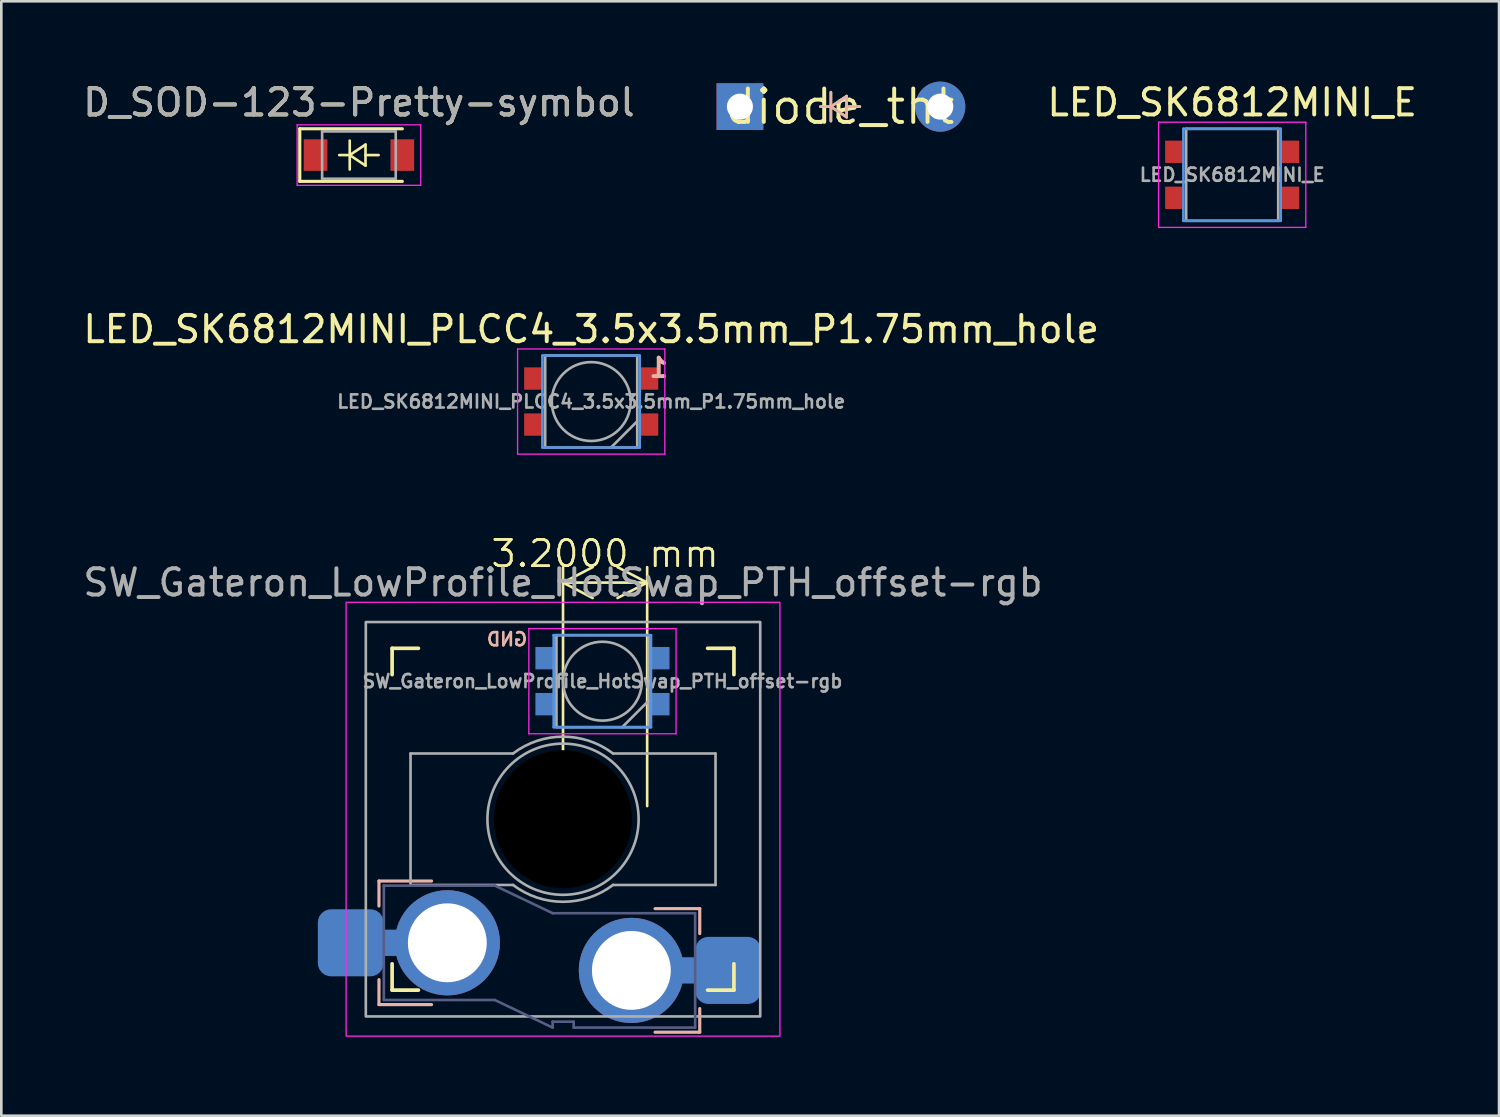
<source format=kicad_pcb>
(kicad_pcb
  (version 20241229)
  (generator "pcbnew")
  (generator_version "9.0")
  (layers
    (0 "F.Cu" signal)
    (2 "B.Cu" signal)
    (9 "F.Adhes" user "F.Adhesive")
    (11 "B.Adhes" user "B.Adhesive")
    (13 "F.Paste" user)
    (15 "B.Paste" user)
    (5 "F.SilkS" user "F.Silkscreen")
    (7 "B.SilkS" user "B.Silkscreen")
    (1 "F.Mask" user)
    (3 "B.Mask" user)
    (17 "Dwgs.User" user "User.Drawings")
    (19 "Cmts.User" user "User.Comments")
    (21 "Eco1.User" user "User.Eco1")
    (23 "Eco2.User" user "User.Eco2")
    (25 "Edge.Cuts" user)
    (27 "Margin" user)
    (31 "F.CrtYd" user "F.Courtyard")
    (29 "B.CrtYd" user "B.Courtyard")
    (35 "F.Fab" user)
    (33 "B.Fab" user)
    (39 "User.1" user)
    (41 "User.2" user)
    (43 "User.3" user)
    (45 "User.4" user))
  (footprint "LED_SK6812MINI_E"
    (layer "F.Cu")
    (at 43.813 3.598)
    (property "Reference" "LED_SK6812MINI_E" (at 0 -2.75 180) (layer "F.SilkS") (effects (font (size 1 1) (thickness 0.15))))
    (attr smd)
    (fp_line (start -1.855 1.75) (end -1.855 -1.75) (stroke (width 0.1) (type solid)) (layer "Cmts.User"))
    (fp_line (start 1.845 -1.75) (end -1.855 -1.75) (stroke (width 0.1) (type solid)) (layer "Cmts.User"))
    (fp_line (start 1.845 1.75) (end -1.855 1.75) (stroke (width 0.1) (type solid)) (layer "Cmts.User"))
    (fp_line (start 1.845 1.75) (end 1.845 -1.75) (stroke (width 0.1) (type solid)) (layer "Cmts.User"))
    (fp_line (start -2.8 -2) (end 2.8 -2) (stroke (width 0.05) (type solid)) (layer "F.CrtYd"))
    (fp_line (start -2.8 2) (end -2.8 -2) (stroke (width 0.05) (type solid)) (layer "F.CrtYd"))
    (fp_line (start 2.8 -2) (end 2.8 2) (stroke (width 0.05) (type solid)) (layer "F.CrtYd"))
    (fp_line (start 2.8 2) (end -2.8 2) (stroke (width 0.05) (type solid)) (layer "F.CrtYd"))
    (fp_line (start -1.75 -1.75) (end 1.75 -1.75) (stroke (width 0.1) (type solid)) (layer "F.Fab"))
    (fp_line (start -1.75 1.75) (end -1.75 -1.75) (stroke (width 0.1) (type solid)) (layer "F.Fab"))
    (fp_line (start 1.75 -1.75) (end 1.75 1.75) (stroke (width 0.1) (type solid)) (layer "F.Fab"))
    (fp_line (start 1.75 1.75) (end -1.75 1.75) (stroke (width 0.1) (type solid)) (layer "F.Fab"))
    (fp_text user "${REFERENCE}" (at 0 0 180) (layer "F.Fab") (effects (font (size 0.5 0.5) (thickness 0.1))))
    (pad "1" smd rect (at 2.2 -0.875) (size 0.7 0.85) (layers "F.Cu" "F.Mask" "F.Paste"))
    (pad "2" smd rect (at 2.2 0.875) (size 0.7 0.85) (layers "F.Cu" "F.Mask" "F.Paste"))
    (pad "3" smd rect (at -2.2 0.875) (size 0.7 0.85) (layers "F.Cu" "F.Mask" "F.Paste"))
    (pad "4" smd rect (at -2.2 -0.875) (size 0.7 0.85) (layers "F.Cu" "F.Mask" "F.Paste")))
  (footprint "SW_Gateron_LowProfile_HotSwap_PTH_offset-rgb"
    (layer "F.Cu")
    (at 18.363 28.107)
    (property "Reference" "SW_Gateron_LowProfile_HotSwap_PTH_offset-rgb" (at 0 -9 0) (unlocked yes) (layer "F.Fab") (effects (font (size 1 1) (thickness 0.15))))
    (fp_line (start -6.5 -5.5) (end -6.5 -6.5) (stroke (width 0.14) (type solid)) (layer "F.SilkS"))
    (fp_line (start -6.5 6.5) (end -6.5 5.5) (stroke (width 0.14) (type solid)) (layer "F.SilkS"))
    (fp_line (start -6.5 6.5) (end -5.5 6.5) (stroke (width 0.14) (type solid)) (layer "F.SilkS"))
    (fp_line (start -5.5 -6.5) (end -6.5 -6.5) (stroke (width 0.14) (type solid)) (layer "F.SilkS"))
    (fp_line (start 5.5 6.5) (end 6.5 6.5) (stroke (width 0.14) (type solid)) (layer "F.SilkS"))
    (fp_line (start 6.5 -6.5) (end 5.5 -6.5) (stroke (width 0.14) (type solid)) (layer "F.SilkS"))
    (fp_line (start 6.5 -6.5) (end 6.5 -5.5) (stroke (width 0.14) (type solid)) (layer "F.SilkS"))
    (fp_line (start 6.5 5.5) (end 6.5 6.5) (stroke (width 0.14) (type solid)) (layer "F.SilkS"))
    (fp_line (start -7 2.35) (end -7 3.3) (stroke (width 0.12) (type solid)) (layer "B.SilkS"))
    (fp_line (start -7 2.35) (end -5 2.35) (stroke (width 0.12) (type solid)) (layer "B.SilkS"))
    (fp_line (start -7 7.05) (end -7 6.1) (stroke (width 0.12) (type solid)) (layer "B.SilkS"))
    (fp_line (start -7 7.05) (end -5 7.05) (stroke (width 0.12) (type solid)) (layer "B.SilkS"))
    (fp_line (start 5.2 3.4) (end 3.5 3.4) (stroke (width 0.12) (type solid)) (layer "B.SilkS"))
    (fp_line (start 5.2 3.4) (end 5.2 4.35) (stroke (width 0.12) (type solid)) (layer "B.SilkS"))
    (fp_line (start 5.2 8.1) (end 3.5 8.1) (stroke (width 0.12) (type solid)) (layer "B.SilkS"))
    (fp_line (start 5.2 8.1) (end 5.2 7.2) (stroke (width 0.12) (type solid)) (layer "B.SilkS"))
    (fp_line (start -0.355 -3.5) (end -0.355 -7) (stroke (width 0.1) (type solid)) (layer "Cmts.User"))
    (fp_line (start 3.345 -7) (end -0.355 -7) (stroke (width 0.1) (type solid)) (layer "Cmts.User"))
    (fp_line (start 3.345 -3.5) (end -0.355 -3.5) (stroke (width 0.1) (type solid)) (layer "Cmts.User"))
    (fp_line (start 3.345 -3.5) (end 3.345 -7) (stroke (width 0.1) (type solid)) (layer "Cmts.User"))
    (fp_line (start -0.35 -7) (end 3.35 -7) (stroke (width 0.05) (type default)) (layer "Edge.Cuts"))
    (fp_line (start -0.35 -3.5) (end -0.35 -7) (stroke (width 0.05) (type default)) (layer "Edge.Cuts"))
    (fp_line (start 3.35 -7) (end 3.35 -3.5) (stroke (width 0.05) (type default)) (layer "Edge.Cuts"))
    (fp_line (start 3.35 -3.5) (end -0.35 -3.5) (stroke (width 0.05) (type default)) (layer "Edge.Cuts"))
    (fp_line (start -1.3 -7.25) (end 4.3 -7.25) (stroke (width 0.05) (type solid)) (layer "F.CrtYd"))
    (fp_line (start -1.3 -3.25) (end -1.3 -7.25) (stroke (width 0.05) (type solid)) (layer "F.CrtYd"))
    (fp_line (start 4.3 -7.25) (end 4.3 -3.25) (stroke (width 0.05) (type solid)) (layer "F.CrtYd"))
    (fp_line (start 4.3 -3.25) (end -1.3 -3.25) (stroke (width 0.05) (type solid)) (layer "F.CrtYd"))
    (fp_rect (start 8.25 -8.25) (end -8.25 8.25) (stroke (width 0.05) (type solid)) (fill no) (layer "F.CrtYd"))
    (fp_line (start -6.815 2.525) (end -6.815 6.875) (stroke (width 0.1) (type solid)) (layer "B.Fab"))
    (fp_line (start -6.815 2.525) (end -2.595 2.525) (stroke (width 0.1) (type solid)) (layer "B.Fab"))
    (fp_line (start -6.815 6.875) (end -2.595 6.875) (stroke (width 0.1) (type solid)) (layer "B.Fab"))
    (fp_line (start -2.595 2.525) (end -0.395 3.575) (stroke (width 0.1) (type solid)) (layer "B.Fab"))
    (fp_line (start -2.595 6.875) (end -0.395 7.925) (stroke (width 0.1) (type solid)) (layer "B.Fab"))
    (fp_line (start -0.395 7.7) (end -0.395 7.925) (stroke (width 0.1) (type solid)) (layer "B.Fab"))
    (fp_line (start 0.405 7.7) (end -0.395 7.7) (stroke (width 0.1) (type solid)) (layer "B.Fab"))
    (fp_line (start 0.405 7.925) (end 0.405 7.7) (stroke (width 0.1) (type solid)) (layer "B.Fab"))
    (fp_line (start 5.025 3.575) (end -0.395 3.575) (stroke (width 0.1) (type solid)) (layer "B.Fab"))
    (fp_line (start 5.025 3.575) (end 5.025 7.925) (stroke (width 0.1) (type solid)) (layer "B.Fab"))
    (fp_line (start 5.025 7.925) (end 0.405 7.925) (stroke (width 0.1) (type solid)) (layer "B.Fab"))
    (fp_line (start -5.8 -2.5) (end -1.9 -2.5) (stroke (width 0.1) (type default)) (layer "F.Fab"))
    (fp_line (start -5.8 2.5) (end -5.8 -2.5) (stroke (width 0.1) (type default)) (layer "F.Fab"))
    (fp_line (start -1.9 2.5) (end -5.8 2.5) (stroke (width 0.1) (type default)) (layer "F.Fab"))
    (fp_line (start -0.25 -7) (end 3.25 -7) (stroke (width 0.1) (type solid)) (layer "F.Fab"))
    (fp_line (start -0.25 -3.5) (end -0.25 -7) (stroke (width 0.1) (type solid)) (layer "F.Fab"))
    (fp_line (start 1.9 -2.5) (end 5.8 -2.5) (stroke (width 0.1) (type default)) (layer "F.Fab"))
    (fp_line (start 2.25 -3.5) (end 3.25 -4.5) (stroke (width 0.1) (type solid)) (layer "F.Fab"))
    (fp_line (start 3.25 -7) (end 3.25 -3.5) (stroke (width 0.1) (type solid)) (layer "F.Fab"))
    (fp_line (start 3.25 -3.5) (end -0.25 -3.5) (stroke (width 0.1) (type solid)) (layer "F.Fab"))
    (fp_line (start 5.8 -2.5) (end 5.8 2.5) (stroke (width 0.1) (type default)) (layer "F.Fab"))
    (fp_line (start 5.8 2.5) (end 1.9 2.5) (stroke (width 0.1) (type default)) (layer "F.Fab"))
    (fp_rect (start 7.5 -7.5) (end -7.5 7.5) (stroke (width 0.1) (type solid)) (fill no) (layer "F.Fab"))
    (fp_arc (start -1.9 -2.499999) (mid 0 -3.140063) (end 1.9 -2.499999) (stroke (width 0.1) (type default)) (layer "F.Fab"))
    (fp_arc (start 1.9 2.499999) (mid 0 3.140063) (end -1.9 2.499999) (stroke (width 0.1) (type default)) (layer "F.Fab"))
    (fp_circle (center 0 0) (end 2.875 0) (stroke (width 0.1) (type default)) (fill no) (layer "F.Fab"))
    (fp_circle (center 1.5 -5.25) (end 1.5 -6.75) (stroke (width 0.1) (type solid)) (fill no) (layer "F.Fab"))
    (fp_poly (pts (xy -2.05 -0.64) (xy -0.6 -0.64) (xy -0.6 -2) (xy 0.5 -2) (xy 0.5 -0.64) (xy 1.95 -0.64) (xy 1.95 0.64) (xy 0.5 0.64) (xy 0.5 2) (xy -0.6 2) (xy -0.6 0.64) (xy -2.05 0.64)) (stroke (width 0.1) (type solid)) (fill no) (layer "F.Fab"))
    (fp_text user "GND" (at -1.3 -6.55 0) (unlocked yes) (layer "B.SilkS") (effects (font (size 0.5 0.5) (thickness 0.1)) (justify left bottom mirror)))
    (fp_text user "${REFERENCE}" (at 1.5 -5.25 180) (layer "F.Fab") (effects (font (size 0.5 0.5) (thickness 0.1))))
    (dimension (type aligned) (layer "F.SilkS") (pts (xy 18.363 28.107) (xy 21.563 28.107)) (height -9) (format (prefix "") (suffix "") (units 3) (units_format 1) (precision 4)) (style (thickness 0.1) (arrow_length 1.27) (text_position_mode 0) (arrow_direction outward) (extension_height 0.586) (extension_offset 0.5) (keep_text_aligned yes)) (gr_text "3.2000 mm" (at 19.963 18.007 0) (layer "F.SilkS") (effects (font (size 1 1) (thickness 0.1)))))
    (pad "" np_thru_hole circle (at 0 0) (size 5.25 5.25) (drill 5.25) (layers "*.Mask"))
    (pad "1" smd roundrect (at -8.075 4.7) (size 2.5 2.55) (layers "B.Cu" "B.Mask" "B.Paste") (roundrect_rratio 0.2))
    (pad "1" smd rect (at -6.35 4.7) (size 3.9 1) (layers "B.Cu"))
    (pad "1" thru_hole circle (at -4.4 4.7) (size 4 4) (drill 3) (layers "*.Cu" "B.Mask"))
    (pad "1" smd rect (at 3.7 -4.375 180) (size 0.7 0.85) (layers "B.Cu" "B.Mask" "B.Paste"))
    (pad "2" thru_hole circle (at 2.6 5.75) (size 4 4) (drill 3) (layers "*.Cu" "B.Mask"))
    (pad "2" smd rect (at 3.7 -6.125 180) (size 0.7 0.85) (layers "B.Cu" "B.Mask" "B.Paste"))
    (pad "2" smd rect (at 4.475 5.75) (size 3.75 1) (layers "B.Cu"))
    (pad "2" smd roundrect (at 6.275 5.75) (size 2.5 2.55) (layers "B.Cu" "B.Mask" "B.Paste") (roundrect_rratio 0.2))
    (pad "3" smd rect (at -0.7 -6.125 180) (size 0.7 0.85) (layers "B.Cu" "B.Mask" "B.Paste"))
    (pad "4" smd rect (at -0.7 -4.375 180) (size 0.7 0.85) (layers "B.Cu" "B.Mask" "B.Paste")))
  (footprint "LED_SK6812MINI_PLCC4_3.5x3.5mm_P1.75mm_hole"
    (layer "F.Cu")
    (at 19.435 12.222)
    (property "Reference" "LED_SK6812MINI_PLCC4_3.5x3.5mm_P1.75mm_hole" (at 0 -2.75 180) (layer "F.SilkS") (effects (font (size 1 1) (thickness 0.15))))
    (attr smd)
    (fp_line (start -1.855 1.75) (end -1.855 -1.75) (stroke (width 0.1) (type solid)) (layer "Cmts.User"))
    (fp_line (start 1.845 -1.75) (end -1.855 -1.75) (stroke (width 0.1) (type solid)) (layer "Cmts.User"))
    (fp_line (start 1.845 1.75) (end -1.855 1.75) (stroke (width 0.1) (type solid)) (layer "Cmts.User"))
    (fp_line (start 1.845 1.75) (end 1.845 -1.75) (stroke (width 0.1) (type solid)) (layer "Cmts.User"))
    (fp_line (start -2.8 -2) (end 2.8 -2) (stroke (width 0.05) (type solid)) (layer "F.CrtYd"))
    (fp_line (start -2.8 2) (end -2.8 -2) (stroke (width 0.05) (type solid)) (layer "F.CrtYd"))
    (fp_line (start 2.8 -2) (end 2.8 2) (stroke (width 0.05) (type solid)) (layer "F.CrtYd"))
    (fp_line (start 2.8 2) (end -2.8 2) (stroke (width 0.05) (type solid)) (layer "F.CrtYd"))
    (fp_line (start -1.75 -1.75) (end 1.75 -1.75) (stroke (width 0.1) (type solid)) (layer "F.Fab"))
    (fp_line (start -1.75 1.75) (end -1.75 -1.75) (stroke (width 0.1) (type solid)) (layer "F.Fab"))
    (fp_line (start 0.75 1.75) (end 1.75 0.75) (stroke (width 0.1) (type solid)) (layer "F.Fab"))
    (fp_line (start 1.75 -1.75) (end 1.75 1.75) (stroke (width 0.1) (type solid)) (layer "F.Fab"))
    (fp_line (start 1.75 1.75) (end -1.75 1.75) (stroke (width 0.1) (type solid)) (layer "F.Fab"))
    (fp_circle (center 0 0) (end 0 -1.5) (stroke (width 0.1) (type solid)) (fill no) (layer "F.Fab"))
    (fp_text user "1" (at 2.568 -1.284 180) (layer "B.SilkS") (effects (font (size 0.7 0.7) (thickness 0.15)) (justify mirror)))
    (fp_text user "${REFERENCE}" (at 0 0 180) (layer "F.Fab") (effects (font (size 0.5 0.5) (thickness 0.1))))
    (pad "1" smd rect (at 2.2 -0.875) (size 0.7 0.85) (layers "F.Cu" "F.Mask" "F.Paste"))
    (pad "2" smd rect (at 2.2 0.875) (size 0.7 0.85) (layers "F.Cu" "F.Mask" "F.Paste"))
    (pad "3" smd rect (at -2.2 0.875) (size 0.7 0.85) (layers "F.Cu" "F.Mask" "F.Paste"))
    (pad "4" smd rect (at -2.2 -0.875) (size 0.7 0.85) (layers "F.Cu" "F.Mask" "F.Paste")))
  (footprint "diode_tht"
    (layer "F.Cu")
    (at 28.901 1.006)
    (property "Reference" "diode_tht" (at 0 0 0) (layer "F.SilkS") (effects (font (size 1.27 1.27) (thickness 0.15))))
    (attr through_hole)
    (fp_line (start -0.75 0) (end -0.35 0) (stroke (width 0.1) (type solid)) (layer "F.SilkS"))
    (fp_line (start -0.35 0) (end -0.35 -0.55) (stroke (width 0.1) (type solid)) (layer "F.SilkS"))
    (fp_line (start -0.35 0) (end -0.35 0.55) (stroke (width 0.1) (type solid)) (layer "F.SilkS"))
    (fp_line (start -0.35 0) (end 0.25 -0.4) (stroke (width 0.1) (type solid)) (layer "F.SilkS"))
    (fp_line (start 0.25 -0.4) (end 0.25 0.4) (stroke (width 0.1) (type solid)) (layer "F.SilkS"))
    (fp_line (start 0.25 0) (end 0.75 0) (stroke (width 0.1) (type solid)) (layer "F.SilkS"))
    (fp_line (start 0.25 0.4) (end -0.35 0) (stroke (width 0.1) (type solid)) (layer "F.SilkS"))
    (fp_line (start -0.75 0) (end -0.35 0) (stroke (width 0.1) (type solid)) (layer "B.SilkS"))
    (fp_line (start -0.35 0) (end -0.35 -0.55) (stroke (width 0.1) (type solid)) (layer "B.SilkS"))
    (fp_line (start -0.35 0) (end -0.35 0.55) (stroke (width 0.1) (type solid)) (layer "B.SilkS"))
    (fp_line (start -0.35 0) (end 0.25 -0.4) (stroke (width 0.1) (type solid)) (layer "B.SilkS"))
    (fp_line (start 0.25 -0.4) (end 0.25 0.4) (stroke (width 0.1) (type solid)) (layer "B.SilkS"))
    (fp_line (start 0.25 0) (end 0.75 0) (stroke (width 0.1) (type solid)) (layer "B.SilkS"))
    (fp_line (start 0.25 0.4) (end -0.35 0) (stroke (width 0.1) (type solid)) (layer "B.SilkS"))
    (pad "1" thru_hole rect (at -3.81 0) (size 1.778 1.778) (drill 0.991) (layers "*.Cu" "*.Mask"))
    (pad "2" thru_hole circle (at 3.81 0) (size 1.905 1.905) (drill 0.991) (layers "*.Cu" "*.Mask")))
  (footprint "D_SOD-123-Pretty-symbol"
    (layer "F.Cu")
    (at 10.601 2.848)
    (property "Reference" "D_SOD-123-Pretty-symbol" (at 0 -2 0) (layer "F.SilkS") (effects (font (size 1 1) (thickness 0.15))))
    (attr smd)
    (fp_line (start -2.25 -1) (end -2.25 1) (stroke (width 0.12) (type solid)) (layer "F.SilkS"))
    (fp_line (start -2.25 -1) (end 1.65 -1) (stroke (width 0.12) (type solid)) (layer "F.SilkS"))
    (fp_line (start -2.25 1) (end 1.65 1) (stroke (width 0.12) (type solid)) (layer "F.SilkS"))
    (fp_line (start -0.75 0) (end -0.35 0) (stroke (width 0.1) (type solid)) (layer "F.SilkS"))
    (fp_line (start -0.35 0) (end -0.35 -0.55) (stroke (width 0.1) (type solid)) (layer "F.SilkS"))
    (fp_line (start -0.35 0) (end -0.35 0.55) (stroke (width 0.1) (type solid)) (layer "F.SilkS"))
    (fp_line (start -0.35 0) (end 0.25 -0.4) (stroke (width 0.1) (type solid)) (layer "F.SilkS"))
    (fp_line (start 0.25 -0.4) (end 0.25 0.4) (stroke (width 0.1) (type solid)) (layer "F.SilkS"))
    (fp_line (start 0.25 0) (end 0.75 0) (stroke (width 0.1) (type solid)) (layer "F.SilkS"))
    (fp_line (start 0.25 0.4) (end -0.35 0) (stroke (width 0.1) (type solid)) (layer "F.SilkS"))
    (fp_line (start -2.35 -1.15) (end -2.35 1.15) (stroke (width 0.05) (type solid)) (layer "F.CrtYd"))
    (fp_line (start -2.35 -1.15) (end 2.35 -1.15) (stroke (width 0.05) (type solid)) (layer "F.CrtYd"))
    (fp_line (start 2.35 -1.15) (end 2.35 1.15) (stroke (width 0.05) (type solid)) (layer "F.CrtYd"))
    (fp_line (start 2.35 1.15) (end -2.35 1.15) (stroke (width 0.05) (type solid)) (layer "F.CrtYd"))
    (fp_line (start -1.4 -0.9) (end 1.4 -0.9) (stroke (width 0.1) (type solid)) (layer "F.Fab"))
    (fp_line (start -1.4 0.9) (end -1.4 -0.9) (stroke (width 0.1) (type solid)) (layer "F.Fab"))
    (fp_line (start 1.4 -0.9) (end 1.4 0.9) (stroke (width 0.1) (type solid)) (layer "F.Fab"))
    (fp_line (start 1.4 0.9) (end -1.4 0.9) (stroke (width 0.1) (type solid)) (layer "F.Fab"))
    (fp_text user "${REFERENCE}" (at 0 -2 0) (layer "F.Fab") (effects (font (size 1 1) (thickness 0.15))))
    (pad "1" smd rect (at -1.65 0) (size 0.9 1.2) (layers "F.Cu" "F.Mask" "F.Paste"))
    (pad "2" smd rect (at 1.65 0) (size 0.9 1.2) (layers "F.Cu" "F.Mask" "F.Paste")))
  (gr_rect
    (start -3 -3)
    (end 53.962 39.382)
    (stroke (width 0.1) (type default))
    (fill no)
    (layer "Edge.Cuts")))
</source>
